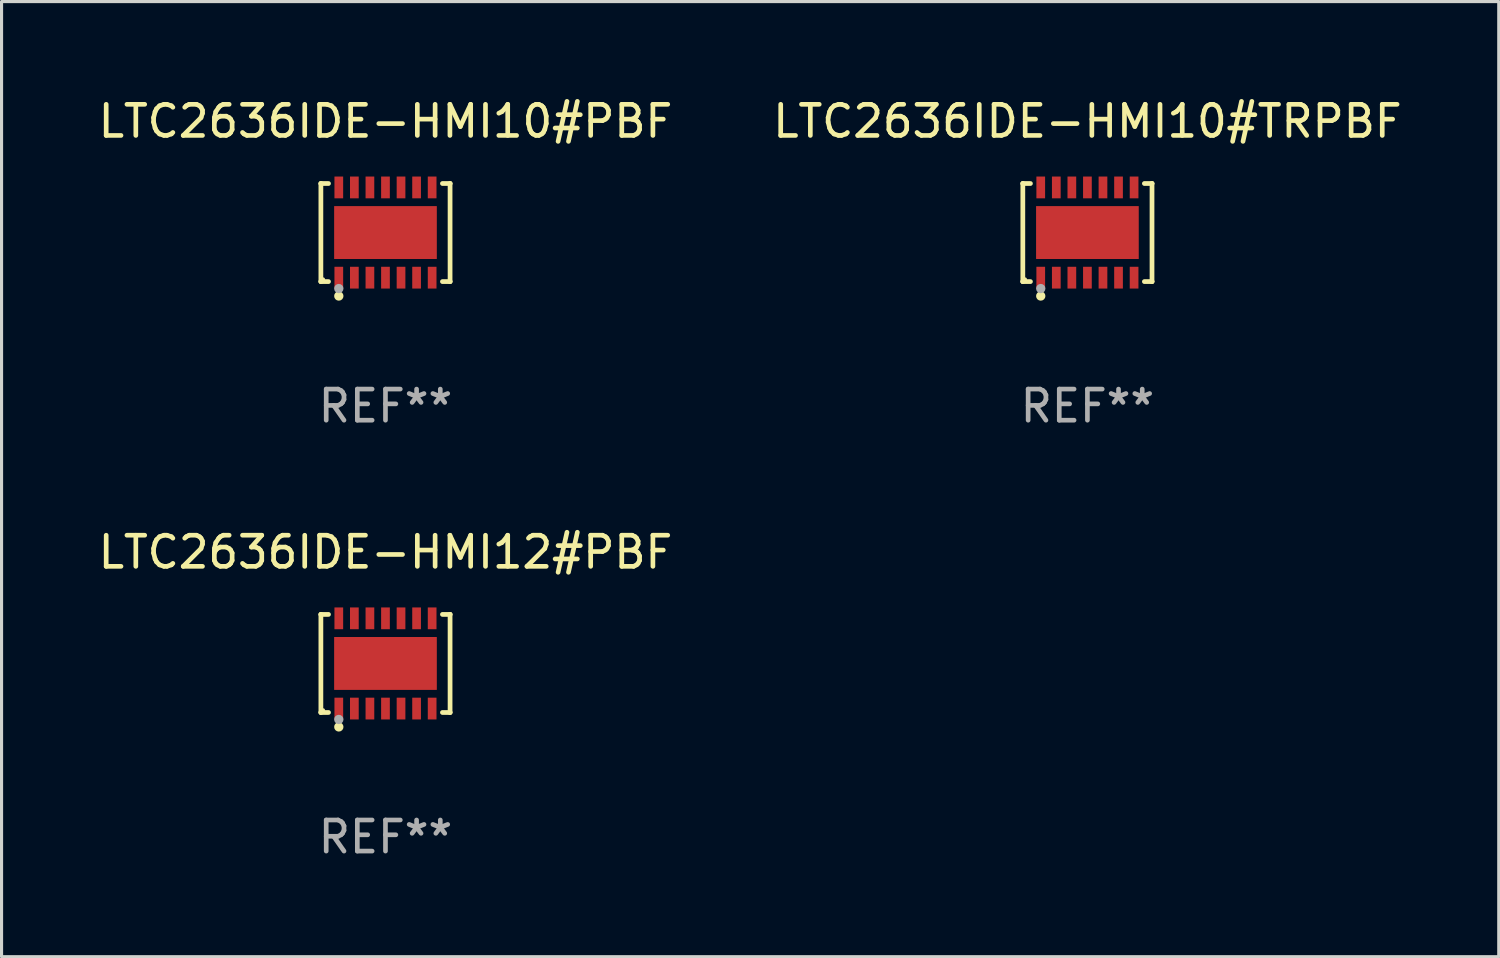
<source format=kicad_pcb>
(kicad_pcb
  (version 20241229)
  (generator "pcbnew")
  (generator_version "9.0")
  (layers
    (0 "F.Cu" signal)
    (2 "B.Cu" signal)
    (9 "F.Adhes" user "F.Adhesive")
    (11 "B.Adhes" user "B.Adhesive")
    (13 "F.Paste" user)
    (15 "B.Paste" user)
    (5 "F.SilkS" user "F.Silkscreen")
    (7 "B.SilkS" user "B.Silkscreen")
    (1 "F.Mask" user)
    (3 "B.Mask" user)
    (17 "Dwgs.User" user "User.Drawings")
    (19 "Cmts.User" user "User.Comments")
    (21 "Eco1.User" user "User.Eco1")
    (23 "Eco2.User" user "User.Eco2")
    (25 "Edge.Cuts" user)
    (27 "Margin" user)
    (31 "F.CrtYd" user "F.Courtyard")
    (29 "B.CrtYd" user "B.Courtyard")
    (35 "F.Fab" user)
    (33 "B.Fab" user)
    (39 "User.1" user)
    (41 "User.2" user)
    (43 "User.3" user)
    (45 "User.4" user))
  (footprint "LTC2636IDE-HMI10#TRPBF"
    (layer "F.Cu")
    (at 31.899 4.424)
    (property "Reference" "LTC2636IDE-HMI10#TRPBF" (at 0 -3.576 0) (layer "F.SilkS") (effects (font (size 1 1) (thickness 0.15))))
    (attr through_hole)
    (fp_line (start -2.076 -1.576) (end -2.076 -1.576) (stroke (width 0.152) (type solid)) (layer "F.SilkS"))
    (fp_line (start -2.076 -1.576) (end -1.831 -1.576) (stroke (width 0.152) (type solid)) (layer "F.SilkS"))
    (fp_line (start -2.076 1.576) (end -2.076 -1.576) (stroke (width 0.152) (type solid)) (layer "F.SilkS"))
    (fp_line (start -2.076 1.576) (end -2.076 1.576) (stroke (width 0.152) (type solid)) (layer "F.SilkS"))
    (fp_line (start -1.831 1.576) (end -2.076 1.576) (stroke (width 0.152) (type solid)) (layer "F.SilkS"))
    (fp_line (start 1.831 1.576) (end 2.076 1.576) (stroke (width 0.152) (type solid)) (layer "F.SilkS"))
    (fp_line (start 2.076 -1.576) (end 1.831 -1.576) (stroke (width 0.152) (type solid)) (layer "F.SilkS"))
    (fp_line (start 2.076 -1.576) (end 2.076 -1.576) (stroke (width 0.152) (type solid)) (layer "F.SilkS"))
    (fp_line (start 2.076 1.576) (end 2.076 -1.576) (stroke (width 0.152) (type solid)) (layer "F.SilkS"))
    (fp_line (start 2.076 1.576) (end 2.076 1.576) (stroke (width 0.152) (type solid)) (layer "F.SilkS"))
    (fp_circle (center -2 1.5) (end -1.97 1.5) (stroke (width 0.06) (type solid)) (fill no) (layer "F.SilkS"))
    (fp_circle (center -1.5 2.04) (end -1.425 2.04) (stroke (width 0.15) (type solid)) (fill no) (layer "F.SilkS"))
    (fp_circle (center -1.5 1.8) (end -1.425 1.8) (stroke (width 0.15) (type solid)) (fill no) (layer "F.Fab"))
    (fp_text user "REF**" (at 0 5.576 0) (layer "F.Fab") (effects (font (size 1 1) (thickness 0.15))))
    (pad "1" smd rect (at -1.5 1.45) (size 0.28 0.7) (layers "F.Cu" "F.Mask" "F.Paste"))
    (pad "2" smd rect (at -1 1.45) (size 0.28 0.7) (layers "F.Cu" "F.Mask" "F.Paste"))
    (pad "3" smd rect (at -0.5 1.45) (size 0.28 0.7) (layers "F.Cu" "F.Mask" "F.Paste"))
    (pad "4" smd rect (at 0 1.45) (size 0.28 0.7) (layers "F.Cu" "F.Mask" "F.Paste"))
    (pad "5" smd rect (at 0.5 1.45) (size 0.28 0.7) (layers "F.Cu" "F.Mask" "F.Paste"))
    (pad "6" smd rect (at 1 1.45) (size 0.28 0.7) (layers "F.Cu" "F.Mask" "F.Paste"))
    (pad "7" smd rect (at 1.5 1.45) (size 0.28 0.7) (layers "F.Cu" "F.Mask" "F.Paste"))
    (pad "8" smd rect (at 1.5 -1.45) (size 0.28 0.7) (layers "F.Cu" "F.Mask" "F.Paste"))
    (pad "9" smd rect (at 1 -1.45) (size 0.28 0.7) (layers "F.Cu" "F.Mask" "F.Paste"))
    (pad "10" smd rect (at 0.5 -1.45) (size 0.28 0.7) (layers "F.Cu" "F.Mask" "F.Paste"))
    (pad "11" smd rect (at 0 -1.45) (size 0.28 0.7) (layers "F.Cu" "F.Mask" "F.Paste"))
    (pad "12" smd rect (at -0.5 -1.45) (size 0.28 0.7) (layers "F.Cu" "F.Mask" "F.Paste"))
    (pad "13" smd rect (at -1 -1.45) (size 0.28 0.7) (layers "F.Cu" "F.Mask" "F.Paste"))
    (pad "14" smd rect (at -1.5 -1.45) (size 0.28 0.7) (layers "F.Cu" "F.Mask" "F.Paste"))
    (pad "15" smd rect (at 0 0) (size 3.3 1.7) (layers "F.Cu" "F.Mask" "F.Paste")))
  (footprint "LTC2636IDE-HMI10#PBF"
    (layer "F.Cu")
    (at 9.339 4.424)
    (property "Reference" "LTC2636IDE-HMI10#PBF" (at 0 -3.576 0) (layer "F.SilkS") (effects (font (size 1 1) (thickness 0.15))))
    (attr through_hole)
    (fp_line (start -2.076 -1.576) (end -2.076 -1.576) (stroke (width 0.152) (type solid)) (layer "F.SilkS"))
    (fp_line (start -2.076 -1.576) (end -1.831 -1.576) (stroke (width 0.152) (type solid)) (layer "F.SilkS"))
    (fp_line (start -2.076 1.576) (end -2.076 -1.576) (stroke (width 0.152) (type solid)) (layer "F.SilkS"))
    (fp_line (start -2.076 1.576) (end -2.076 1.576) (stroke (width 0.152) (type solid)) (layer "F.SilkS"))
    (fp_line (start -1.831 1.576) (end -2.076 1.576) (stroke (width 0.152) (type solid)) (layer "F.SilkS"))
    (fp_line (start 1.831 1.576) (end 2.076 1.576) (stroke (width 0.152) (type solid)) (layer "F.SilkS"))
    (fp_line (start 2.076 -1.576) (end 1.831 -1.576) (stroke (width 0.152) (type solid)) (layer "F.SilkS"))
    (fp_line (start 2.076 -1.576) (end 2.076 -1.576) (stroke (width 0.152) (type solid)) (layer "F.SilkS"))
    (fp_line (start 2.076 1.576) (end 2.076 -1.576) (stroke (width 0.152) (type solid)) (layer "F.SilkS"))
    (fp_line (start 2.076 1.576) (end 2.076 1.576) (stroke (width 0.152) (type solid)) (layer "F.SilkS"))
    (fp_circle (center -2 1.5) (end -1.97 1.5) (stroke (width 0.06) (type solid)) (fill no) (layer "F.SilkS"))
    (fp_circle (center -1.5 2.04) (end -1.425 2.04) (stroke (width 0.15) (type solid)) (fill no) (layer "F.SilkS"))
    (fp_circle (center -1.5 1.8) (end -1.425 1.8) (stroke (width 0.15) (type solid)) (fill no) (layer "F.Fab"))
    (fp_text user "REF**" (at 0 5.576 0) (layer "F.Fab") (effects (font (size 1 1) (thickness 0.15))))
    (pad "1" smd rect (at -1.5 1.45) (size 0.28 0.7) (layers "F.Cu" "F.Mask" "F.Paste"))
    (pad "2" smd rect (at -1 1.45) (size 0.28 0.7) (layers "F.Cu" "F.Mask" "F.Paste"))
    (pad "3" smd rect (at -0.5 1.45) (size 0.28 0.7) (layers "F.Cu" "F.Mask" "F.Paste"))
    (pad "4" smd rect (at 0 1.45) (size 0.28 0.7) (layers "F.Cu" "F.Mask" "F.Paste"))
    (pad "5" smd rect (at 0.5 1.45) (size 0.28 0.7) (layers "F.Cu" "F.Mask" "F.Paste"))
    (pad "6" smd rect (at 1 1.45) (size 0.28 0.7) (layers "F.Cu" "F.Mask" "F.Paste"))
    (pad "7" smd rect (at 1.5 1.45) (size 0.28 0.7) (layers "F.Cu" "F.Mask" "F.Paste"))
    (pad "8" smd rect (at 1.5 -1.45) (size 0.28 0.7) (layers "F.Cu" "F.Mask" "F.Paste"))
    (pad "9" smd rect (at 1 -1.45) (size 0.28 0.7) (layers "F.Cu" "F.Mask" "F.Paste"))
    (pad "10" smd rect (at 0.5 -1.45) (size 0.28 0.7) (layers "F.Cu" "F.Mask" "F.Paste"))
    (pad "11" smd rect (at 0 -1.45) (size 0.28 0.7) (layers "F.Cu" "F.Mask" "F.Paste"))
    (pad "12" smd rect (at -0.5 -1.45) (size 0.28 0.7) (layers "F.Cu" "F.Mask" "F.Paste"))
    (pad "13" smd rect (at -1 -1.45) (size 0.28 0.7) (layers "F.Cu" "F.Mask" "F.Paste"))
    (pad "14" smd rect (at -1.5 -1.45) (size 0.28 0.7) (layers "F.Cu" "F.Mask" "F.Paste"))
    (pad "15" smd rect (at 0 0) (size 3.3 1.7) (layers "F.Cu" "F.Mask" "F.Paste")))
  (footprint "LTC2636IDE-HMI12#PBF"
    (layer "F.Cu")
    (at 9.339 18.273)
    (property "Reference" "LTC2636IDE-HMI12#PBF" (at 0 -3.576 0) (layer "F.SilkS") (effects (font (size 1 1) (thickness 0.15))))
    (attr through_hole)
    (fp_line (start -2.076 -1.576) (end -2.076 -1.576) (stroke (width 0.152) (type solid)) (layer "F.SilkS"))
    (fp_line (start -2.076 -1.576) (end -1.831 -1.576) (stroke (width 0.152) (type solid)) (layer "F.SilkS"))
    (fp_line (start -2.076 1.576) (end -2.076 -1.576) (stroke (width 0.152) (type solid)) (layer "F.SilkS"))
    (fp_line (start -2.076 1.576) (end -2.076 1.576) (stroke (width 0.152) (type solid)) (layer "F.SilkS"))
    (fp_line (start -1.831 1.576) (end -2.076 1.576) (stroke (width 0.152) (type solid)) (layer "F.SilkS"))
    (fp_line (start 1.831 1.576) (end 2.076 1.576) (stroke (width 0.152) (type solid)) (layer "F.SilkS"))
    (fp_line (start 2.076 -1.576) (end 1.831 -1.576) (stroke (width 0.152) (type solid)) (layer "F.SilkS"))
    (fp_line (start 2.076 -1.576) (end 2.076 -1.576) (stroke (width 0.152) (type solid)) (layer "F.SilkS"))
    (fp_line (start 2.076 1.576) (end 2.076 -1.576) (stroke (width 0.152) (type solid)) (layer "F.SilkS"))
    (fp_line (start 2.076 1.576) (end 2.076 1.576) (stroke (width 0.152) (type solid)) (layer "F.SilkS"))
    (fp_circle (center -2 1.5) (end -1.97 1.5) (stroke (width 0.06) (type solid)) (fill no) (layer "F.SilkS"))
    (fp_circle (center -1.5 2.04) (end -1.425 2.04) (stroke (width 0.15) (type solid)) (fill no) (layer "F.SilkS"))
    (fp_circle (center -1.5 1.8) (end -1.425 1.8) (stroke (width 0.15) (type solid)) (fill no) (layer "F.Fab"))
    (fp_text user "REF**" (at 0 5.576 0) (layer "F.Fab") (effects (font (size 1 1) (thickness 0.15))))
    (pad "1" smd rect (at -1.5 1.45) (size 0.28 0.7) (layers "F.Cu" "F.Mask" "F.Paste"))
    (pad "2" smd rect (at -1 1.45) (size 0.28 0.7) (layers "F.Cu" "F.Mask" "F.Paste"))
    (pad "3" smd rect (at -0.5 1.45) (size 0.28 0.7) (layers "F.Cu" "F.Mask" "F.Paste"))
    (pad "4" smd rect (at 0 1.45) (size 0.28 0.7) (layers "F.Cu" "F.Mask" "F.Paste"))
    (pad "5" smd rect (at 0.5 1.45) (size 0.28 0.7) (layers "F.Cu" "F.Mask" "F.Paste"))
    (pad "6" smd rect (at 1 1.45) (size 0.28 0.7) (layers "F.Cu" "F.Mask" "F.Paste"))
    (pad "7" smd rect (at 1.5 1.45) (size 0.28 0.7) (layers "F.Cu" "F.Mask" "F.Paste"))
    (pad "8" smd rect (at 1.5 -1.45) (size 0.28 0.7) (layers "F.Cu" "F.Mask" "F.Paste"))
    (pad "9" smd rect (at 1 -1.45) (size 0.28 0.7) (layers "F.Cu" "F.Mask" "F.Paste"))
    (pad "10" smd rect (at 0.5 -1.45) (size 0.28 0.7) (layers "F.Cu" "F.Mask" "F.Paste"))
    (pad "11" smd rect (at 0 -1.45) (size 0.28 0.7) (layers "F.Cu" "F.Mask" "F.Paste"))
    (pad "12" smd rect (at -0.5 -1.45) (size 0.28 0.7) (layers "F.Cu" "F.Mask" "F.Paste"))
    (pad "13" smd rect (at -1 -1.45) (size 0.28 0.7) (layers "F.Cu" "F.Mask" "F.Paste"))
    (pad "14" smd rect (at -1.5 -1.45) (size 0.28 0.7) (layers "F.Cu" "F.Mask" "F.Paste"))
    (pad "15" smd rect (at 0 0) (size 3.3 1.7) (layers "F.Cu" "F.Mask" "F.Paste")))
  (gr_rect
    (start -3 -3)
    (end 45.119 27.698)
    (stroke (width 0.1) (type default))
    (fill no)
    (layer "Edge.Cuts")))
</source>
